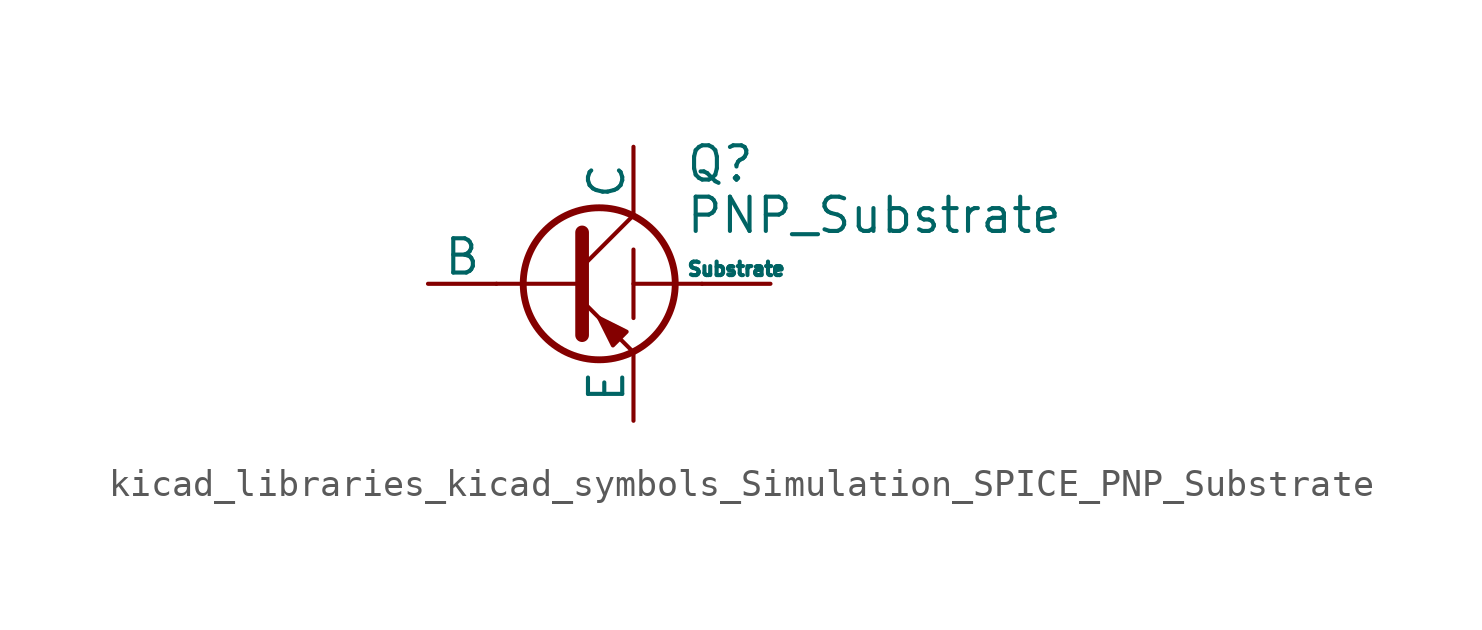
<source format=kicad_sym>
(kicad_symbol_lib
  (version 20220914)
  (generator kicad_symbol_editor)
  (symbol "kicad_libraries_kicad_symbols_Simulation_SPICE_PNP_Substrate"
    (pin_numbers hide)
    (pin_names
      (offset 0))
    (property "Reference" "Q"
      (at 4.445 4.445 0)
      (effects (font (size 1.27 1.27)) (justify left)))
    (property "Value" "PNP_Substrate"
      (at 4.445 2.54 0)
      (effects (font (size 1.27 1.27)) (justify left)))
    (symbol "kicad_libraries_kicad_symbols_Simulation_SPICE_PNP_Substrate_0_1"
      (polyline (pts (xy -2.54 0) (xy 0.635 0)) (stroke (width 0.152) (type default)) (fill (type none)))
      (polyline (pts (xy 0.635 0.635) (xy 2.54 2.54)) (stroke (width 0) (type default)) (fill (type none)))
      (polyline (pts (xy 2.54 0) (xy 5.08 0)) (stroke (width 0.152) (type default)) (fill (type none)))
      (polyline (pts (xy 0.635 -0.635) (xy 2.54 -2.54) (xy 2.54 -2.54)) (stroke (width 0) (type default)) (fill (type none)))
      (polyline (pts (xy 0.635 1.905) (xy 0.635 -1.905) (xy 0.635 -1.905)) (stroke (width 0.508) (type default)) (fill (type none)))
      (polyline (pts (xy 2.54 0) (xy 2.54 1.27) (xy 2.54 0) (xy 2.54 -1.27)) (stroke (width 0.152) (type default)) (fill (type none)))
      (polyline (pts (xy 2.286 -1.778) (xy 1.778 -2.286) (xy 1.27 -1.27) (xy 2.286 -1.778) (xy 2.286 -1.778)) (stroke (width 0) (type default)) (fill (type outline)))
      (circle (center 1.27 0) (radius 2.819) (stroke (width 0.254) (type default)) (fill (type none))))
    (symbol "kicad_libraries_kicad_symbols_Simulation_SPICE_PNP_Substrate_1_1"
      (pin open_collector line (at 2.54 5.08 270) (length 2.54) (name "C" (effects (font (size 1.27 1.27)))) (number "1" (effects (font (size 1.27 1.27)))))
      (pin input line (at -5.08 0 0) (length 2.54) (name "B" (effects (font (size 1.27 1.27)))) (number "2" (effects (font (size 1.27 1.27)))))
      (pin open_emitter line (at 2.54 -5.08 90) (length 2.54) (name "E" (effects (font (size 1.27 1.27)))) (number "3" (effects (font (size 1.27 1.27)))))
      (pin passive line (at 7.62 0 180) (length 2.54) (name "Substrate" (effects (font (size 0.5 0.5)))) (number "4" (effects (font (size 1.27 1.27))))))))
</source>
